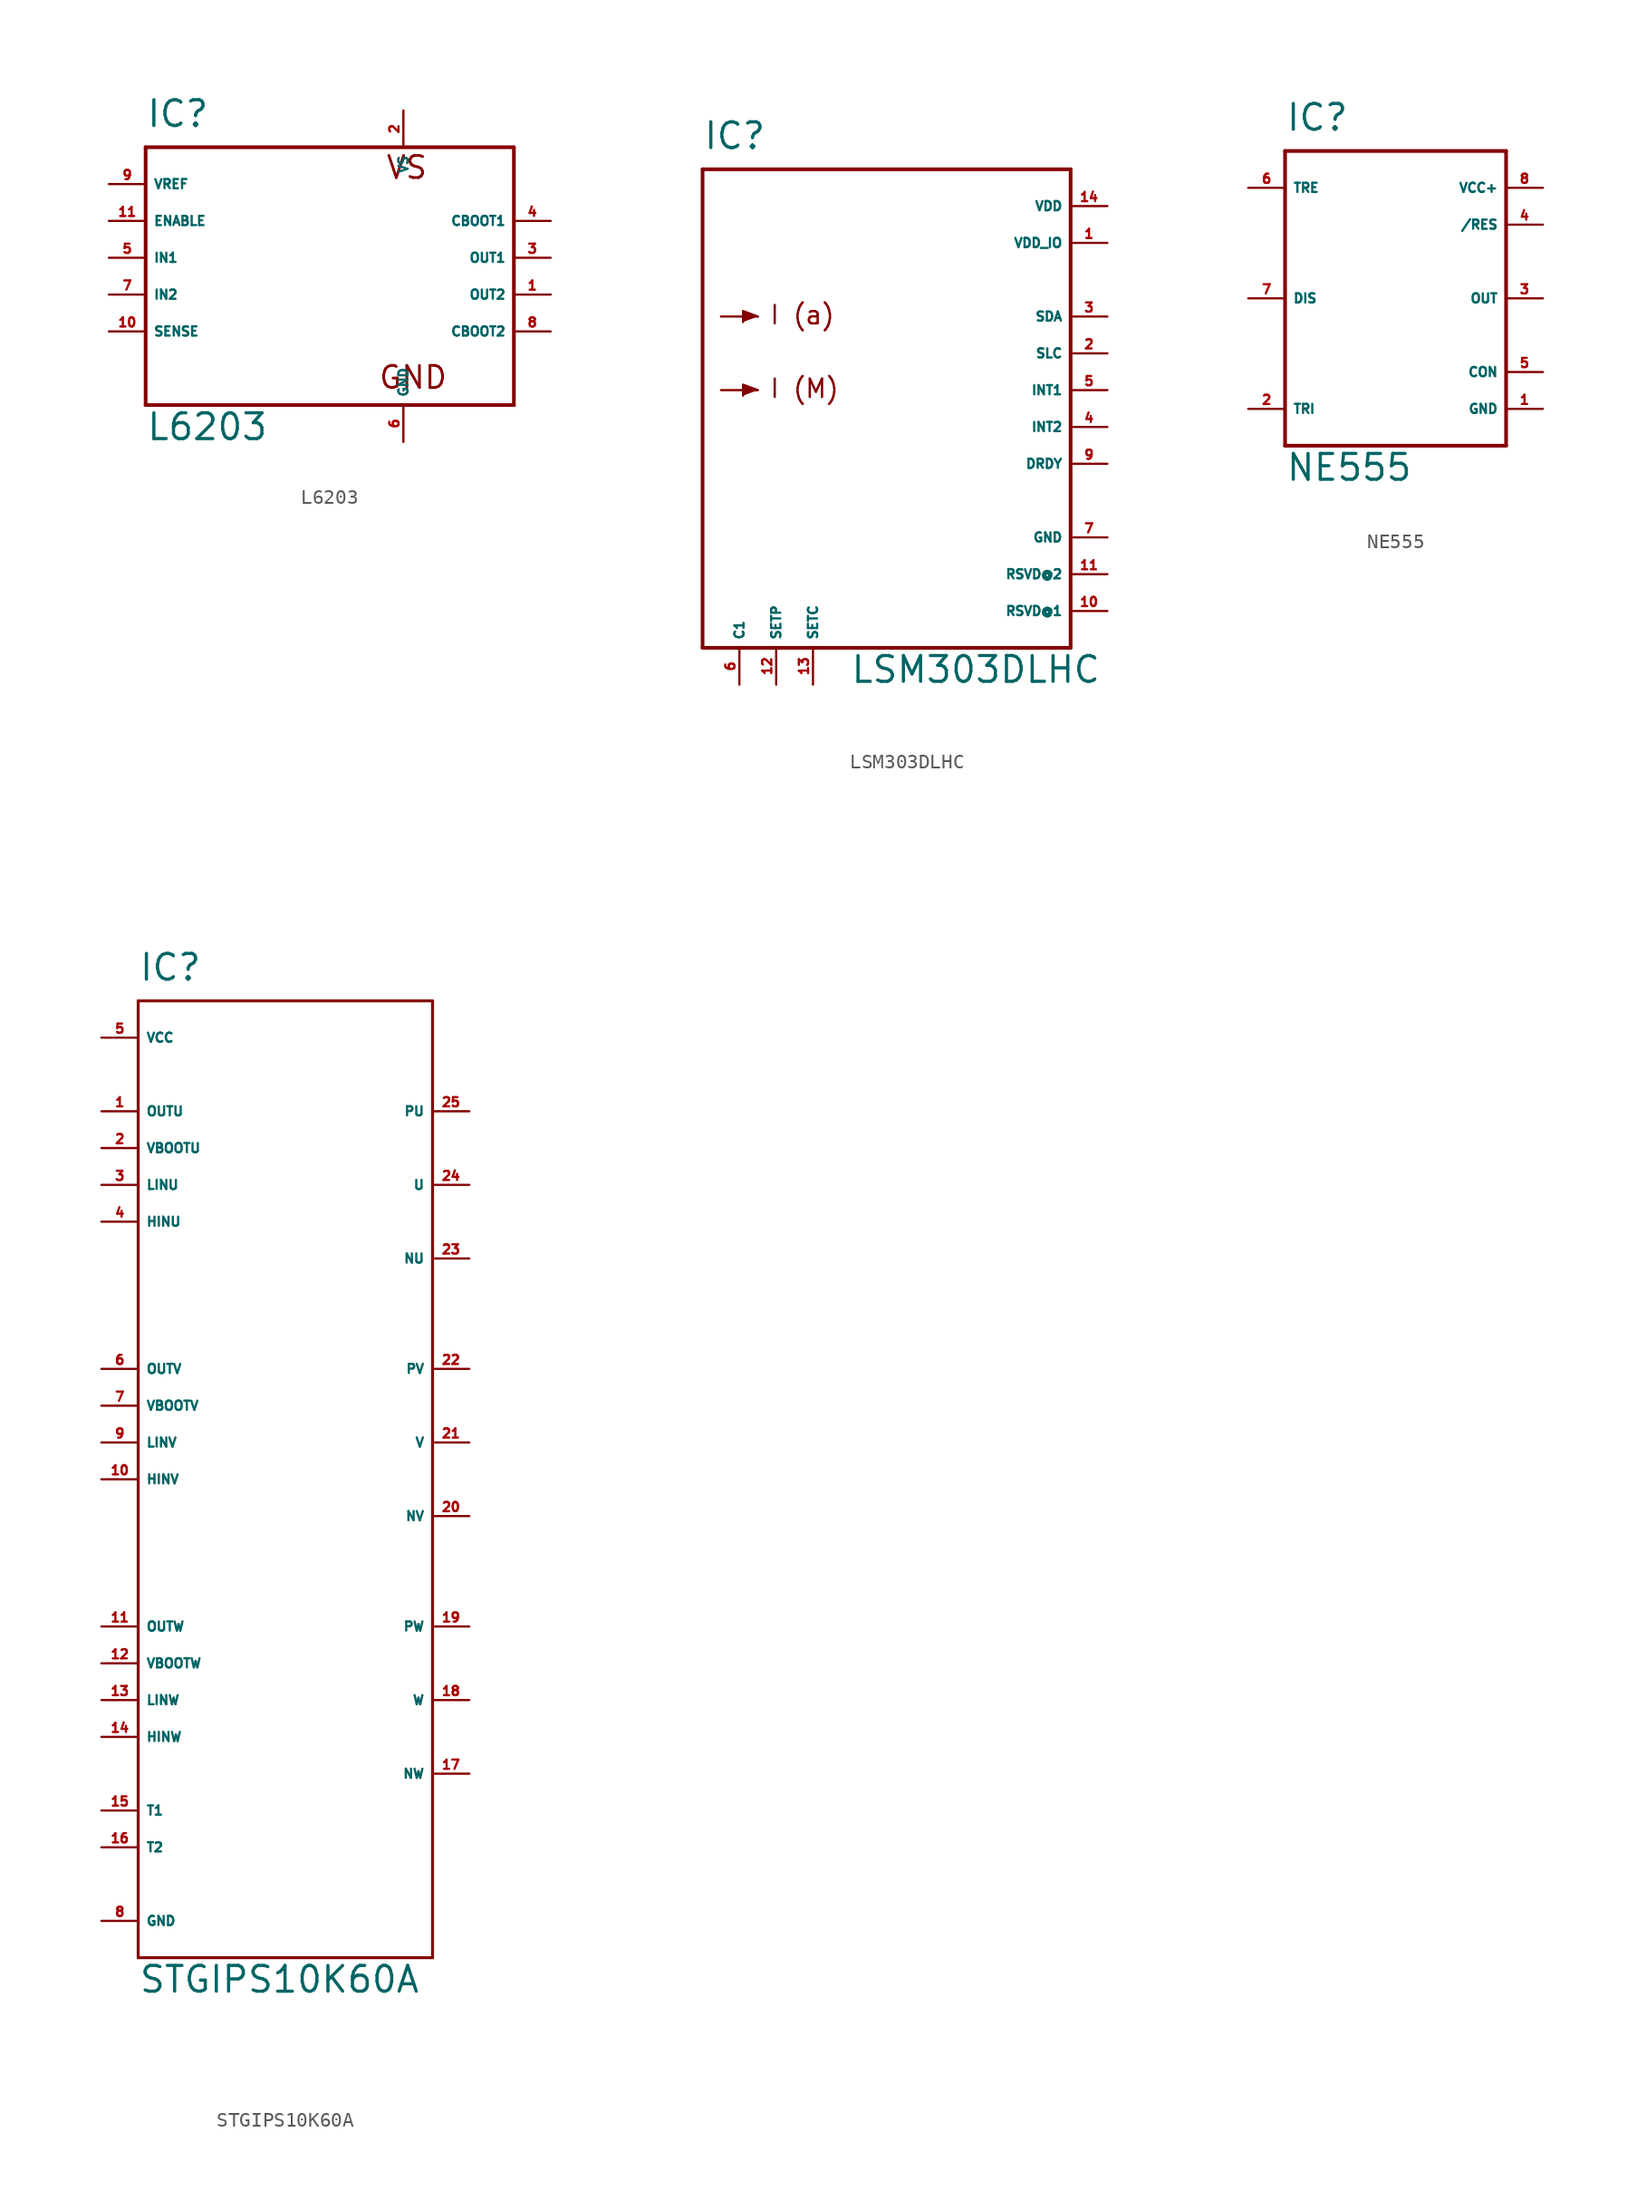
<source format=kicad_sym>
(kicad_symbol_lib
  (version 20220914)
  (generator Eagle2Kicad)
  (symbol "L6203"
    (property "Reference" "IC"
      (at -12.7 8.89 0)
      (effects (font (size 1.778 1.778) (thickness 0.22)) (justify left bottom)))
    (property "Value" "L6203"
      (at -12.7 -12.7 0)
      (effects (font (size 1.778 1.778) (thickness 0.22)) (justify left bottom)))
    (polyline
      (pts (xy -12.7 7.62) (xy 12.7 7.62))
      (stroke (width 0.254) (type default))
      (fill (type none)))
    (polyline
      (pts (xy 12.7 7.62) (xy 12.7 -10.16))
      (stroke (width 0.254) (type default))
      (fill (type none)))
    (polyline
      (pts (xy 12.7 -10.16) (xy -12.7 -10.16))
      (stroke (width 0.254) (type default))
      (fill (type none)))
    (polyline
      (pts (xy -12.7 -10.16) (xy -12.7 7.62))
      (stroke (width 0.254) (type default))
      (fill (type none)))
    (text "VS"
      (at 3.81 5.334 0)
      (effects (font (size 1.524 1.524) (thickness 0.19)) (justify left bottom)))
    (text "GND"
      (at 3.302 -9.144 0)
      (effects (font (size 1.524 1.524) (thickness 0.19)) (justify left bottom)))
    (pin input line
      (at 15.24 -5.08 180)
      (length 2.54)
      (name "CBOOT2" (effects (font (size 0.635 0.635) (thickness 0.08)) (justify left bottom)))
      (number "8" (effects (font (size 0.635 0.635) (thickness 0.08)) (justify left bottom))))
    (pin output line
      (at 15.24 -2.54 180)
      (length 2.54)
      (name "OUT2" (effects (font (size 0.635 0.635) (thickness 0.08)) (justify left bottom)))
      (number "1" (effects (font (size 0.635 0.635) (thickness 0.08)) (justify left bottom))))
    (pin input line
      (at -15.24 5.08 0)
      (length 2.54)
      (name "VREF" (effects (font (size 0.635 0.635) (thickness 0.08)) (justify left bottom)))
      (number "9" (effects (font (size 0.635 0.635) (thickness 0.08)) (justify left bottom))))
    (pin unspecified line
      (at 5.08 10.16 270)
      (length 2.54)
      (name "VS" (effects (font (size 0.635 0.635) (thickness 0.08)) (justify left bottom)))
      (number "2" (effects (font (size 0.635 0.635) (thickness 0.08)) (justify left bottom))))
    (pin unspecified line
      (at 5.08 -12.7 90)
      (length 2.54)
      (name "GND" (effects (font (size 0.635 0.635) (thickness 0.08)) (justify left bottom)))
      (number "6" (effects (font (size 0.635 0.635) (thickness 0.08)) (justify left bottom))))
    (pin input line
      (at -15.24 -2.54 0)
      (length 2.54)
      (name "IN2" (effects (font (size 0.635 0.635) (thickness 0.08)) (justify left bottom)))
      (number "7" (effects (font (size 0.635 0.635) (thickness 0.08)) (justify left bottom))))
    (pin input line
      (at -15.24 2.54 0)
      (length 2.54)
      (name "ENABLE" (effects (font (size 0.635 0.635) (thickness 0.08)) (justify left bottom)))
      (number "11" (effects (font (size 0.635 0.635) (thickness 0.08)) (justify left bottom))))
    (pin input line
      (at -15.24 0 0)
      (length 2.54)
      (name "IN1" (effects (font (size 0.635 0.635) (thickness 0.08)) (justify left bottom)))
      (number "5" (effects (font (size 0.635 0.635) (thickness 0.08)) (justify left bottom))))
    (pin output line
      (at 15.24 0 180)
      (length 2.54)
      (name "OUT1" (effects (font (size 0.635 0.635) (thickness 0.08)) (justify left bottom)))
      (number "3" (effects (font (size 0.635 0.635) (thickness 0.08)) (justify left bottom))))
    (pin input line
      (at 15.24 2.54 180)
      (length 2.54)
      (name "CBOOT1" (effects (font (size 0.635 0.635) (thickness 0.08)) (justify left bottom)))
      (number "4" (effects (font (size 0.635 0.635) (thickness 0.08)) (justify left bottom))))
    (pin input line
      (at -15.24 -5.08 0)
      (length 2.54)
      (name "SENSE" (effects (font (size 0.635 0.635) (thickness 0.08)) (justify left bottom)))
      (number "10" (effects (font (size 0.635 0.635) (thickness 0.08)) (justify left bottom)))))
  (symbol "LSM303DLHC"
    (property "Reference" "IC"
      (at -15.24 16.51 0)
      (effects (font (size 1.778 1.778) (thickness 0.22)) (justify left bottom)))
    (property "Value" "LSM303DLHC"
      (at -5.08 -20.32 0)
      (effects (font (size 1.778 1.778) (thickness 0.22)) (justify left bottom)))
    (polyline
      (pts (xy -11.43 5.08) (xy -12.446 5.461) (xy -12.446 4.699))
      (stroke (width 0.152) (type default))
      (fill (type outline)))
    (polyline
      (pts (xy -11.43 0) (xy -12.446 0.381) (xy -12.446 -0.381))
      (stroke (width 0.152) (type default))
      (fill (type outline)))
    (polyline
      (pts (xy -15.24 15.24) (xy -15.24 -17.78))
      (stroke (width 0.254) (type default))
      (fill (type none)))
    (polyline
      (pts (xy -15.24 -17.78) (xy 10.16 -17.78))
      (stroke (width 0.254) (type default))
      (fill (type none)))
    (polyline
      (pts (xy 10.16 -17.78) (xy 10.16 15.24))
      (stroke (width 0.254) (type default))
      (fill (type none)))
    (polyline
      (pts (xy 10.16 15.24) (xy -15.24 15.24))
      (stroke (width 0.254) (type default))
      (fill (type none)))
    (polyline
      (pts (xy -13.97 5.08) (xy -11.43 5.08))
      (stroke (width 0.152) (type default))
      (fill (type none)))
    (polyline
      (pts (xy -13.97 0) (xy -11.43 0))
      (stroke (width 0.152) (type default))
      (fill (type none)))
    (text "I (a)"
      (at -10.668 4.445 0)
      (effects (font (size 1.27 1.27) (thickness 0.16)) (justify left bottom)))
    (text "I (M)"
      (at -10.668 -0.635 0)
      (effects (font (size 1.27 1.27) (thickness 0.16)) (justify left bottom)))
    (pin bidirectional line
      (at 12.7 5.08 180)
      (length 2.54)
      (name "SDA" (effects (font (size 0.635 0.635) (thickness 0.08)) (justify left bottom)))
      (number "3" (effects (font (size 0.635 0.635) (thickness 0.08)) (justify left bottom))))
    (pin bidirectional line
      (at 12.7 2.54 180)
      (length 2.54)
      (name "SLC" (effects (font (size 0.635 0.635) (thickness 0.08)) (justify left bottom)))
      (number "2" (effects (font (size 0.635 0.635) (thickness 0.08)) (justify left bottom))))
    (pin bidirectional line
      (at 12.7 0 180)
      (length 2.54)
      (name "INT1" (effects (font (size 0.635 0.635) (thickness 0.08)) (justify left bottom)))
      (number "5" (effects (font (size 0.635 0.635) (thickness 0.08)) (justify left bottom))))
    (pin bidirectional line
      (at 12.7 -2.54 180)
      (length 2.54)
      (name "INT2" (effects (font (size 0.635 0.635) (thickness 0.08)) (justify left bottom)))
      (number "4" (effects (font (size 0.635 0.635) (thickness 0.08)) (justify left bottom))))
    (pin unspecified line
      (at 12.7 -10.16 180)
      (length 2.54)
      (name "GND" (effects (font (size 0.635 0.635) (thickness 0.08)) (justify left bottom)))
      (number "7" (effects (font (size 0.635 0.635) (thickness 0.08)) (justify left bottom))))
    (pin unspecified line
      (at 12.7 10.16 180)
      (length 2.54)
      (name "VDD_IO" (effects (font (size 0.635 0.635) (thickness 0.08)) (justify left bottom)))
      (number "1" (effects (font (size 0.635 0.635) (thickness 0.08)) (justify left bottom))))
    (pin unspecified line
      (at 12.7 12.7 180)
      (length 2.54)
      (name "VDD" (effects (font (size 0.635 0.635) (thickness 0.08)) (justify left bottom)))
      (number "14" (effects (font (size 0.635 0.635) (thickness 0.08)) (justify left bottom))))
    (pin passive line
      (at -12.7 -20.32 90)
      (length 2.54)
      (name "C1" (effects (font (size 0.635 0.635) (thickness 0.08)) (justify left bottom)))
      (number "6" (effects (font (size 0.635 0.635) (thickness 0.08)) (justify left bottom))))
    (pin passive line
      (at 12.7 -15.24 180)
      (length 2.54)
      (name "RSVD@1" (effects (font (size 0.635 0.635) (thickness 0.08)) (justify left bottom)))
      (number "10" (effects (font (size 0.635 0.635) (thickness 0.08)) (justify left bottom))))
    (pin passive line
      (at 12.7 -12.7 180)
      (length 2.54)
      (name "RSVD@2" (effects (font (size 0.635 0.635) (thickness 0.08)) (justify left bottom)))
      (number "11" (effects (font (size 0.635 0.635) (thickness 0.08)) (justify left bottom))))
    (pin bidirectional line
      (at 12.7 -5.08 180)
      (length 2.54)
      (name "DRDY" (effects (font (size 0.635 0.635) (thickness 0.08)) (justify left bottom)))
      (number "9" (effects (font (size 0.635 0.635) (thickness 0.08)) (justify left bottom))))
    (pin passive line
      (at -10.16 -20.32 90)
      (length 2.54)
      (name "SETP" (effects (font (size 0.635 0.635) (thickness 0.08)) (justify left bottom)))
      (number "12" (effects (font (size 0.635 0.635) (thickness 0.08)) (justify left bottom))))
    (pin passive line
      (at -7.62 -20.32 90)
      (length 2.54)
      (name "SETC" (effects (font (size 0.635 0.635) (thickness 0.08)) (justify left bottom)))
      (number "13" (effects (font (size 0.635 0.635) (thickness 0.08)) (justify left bottom)))))
  (symbol "NE555"
    (property "Reference" "IC"
      (at -7.62 11.43 0)
      (effects (font (size 1.778 1.778) (thickness 0.22)) (justify left bottom)))
    (property "Value" "NE555"
      (at -7.62 -12.7 0)
      (effects (font (size 1.778 1.778) (thickness 0.22)) (justify left bottom)))
    (polyline
      (pts (xy -7.62 10.16) (xy -7.62 -10.16))
      (stroke (width 0.254) (type default))
      (fill (type none)))
    (polyline
      (pts (xy -7.62 -10.16) (xy 7.62 -10.16))
      (stroke (width 0.254) (type default))
      (fill (type none)))
    (polyline
      (pts (xy 7.62 -10.16) (xy 7.62 10.16))
      (stroke (width 0.254) (type default))
      (fill (type none)))
    (polyline
      (pts (xy 7.62 10.16) (xy -7.62 10.16))
      (stroke (width 0.254) (type default))
      (fill (type none)))
    (pin input line
      (at -10.16 7.62 0)
      (length 2.54)
      (name "TRE" (effects (font (size 0.635 0.635) (thickness 0.08)) (justify left bottom)))
      (number "6" (effects (font (size 0.635 0.635) (thickness 0.08)) (justify left bottom))))
    (pin output line
      (at 10.16 0 180)
      (length 2.54)
      (name "OUT" (effects (font (size 0.635 0.635) (thickness 0.08)) (justify left bottom)))
      (number "3" (effects (font (size 0.635 0.635) (thickness 0.08)) (justify left bottom))))
    (pin input line
      (at -10.16 0 0)
      (length 2.54)
      (name "DIS" (effects (font (size 0.635 0.635) (thickness 0.08)) (justify left bottom)))
      (number "7" (effects (font (size 0.635 0.635) (thickness 0.08)) (justify left bottom))))
    (pin input line
      (at -10.16 -7.62 0)
      (length 2.54)
      (name "TRI" (effects (font (size 0.635 0.635) (thickness 0.08)) (justify left bottom)))
      (number "2" (effects (font (size 0.635 0.635) (thickness 0.08)) (justify left bottom))))
    (pin unspecified line
      (at 10.16 7.62 180)
      (length 2.54)
      (name "VCC+" (effects (font (size 0.635 0.635) (thickness 0.08)) (justify left bottom)))
      (number "8" (effects (font (size 0.635 0.635) (thickness 0.08)) (justify left bottom))))
    (pin unspecified line
      (at 10.16 -7.62 180)
      (length 2.54)
      (name "GND" (effects (font (size 0.635 0.635) (thickness 0.08)) (justify left bottom)))
      (number "1" (effects (font (size 0.635 0.635) (thickness 0.08)) (justify left bottom))))
    (pin input line
      (at 10.16 -5.08 180)
      (length 2.54)
      (name "CON" (effects (font (size 0.635 0.635) (thickness 0.08)) (justify left bottom)))
      (number "5" (effects (font (size 0.635 0.635) (thickness 0.08)) (justify left bottom))))
    (pin input line
      (at 10.16 5.08 180)
      (length 2.54)
      (name "/RES" (effects (font (size 0.635 0.635) (thickness 0.08)) (justify left bottom)))
      (number "4" (effects (font (size 0.635 0.635) (thickness 0.08)) (justify left bottom)))))
  (symbol "STGIPS10K60A"
    (property "Reference" "IC"
      (at -10.16 34.29 0)
      (effects (font (size 1.778 1.778) (thickness 0.22)) (justify left bottom)))
    (property "Value" "STGIPS10K60A"
      (at -10.16 -35.56 0)
      (effects (font (size 1.778 1.778) (thickness 0.22)) (justify left bottom)))
    (polyline
      (pts (xy -10.16 33.02) (xy 10.16 33.02))
      (stroke (width 0.203) (type default))
      (fill (type none)))
    (polyline
      (pts (xy 10.16 33.02) (xy 10.16 -33.02))
      (stroke (width 0.203) (type default))
      (fill (type none)))
    (polyline
      (pts (xy 10.16 -33.02) (xy -10.16 -33.02))
      (stroke (width 0.203) (type default))
      (fill (type none)))
    (polyline
      (pts (xy -10.16 -33.02) (xy -10.16 33.02))
      (stroke (width 0.203) (type default))
      (fill (type none)))
    (pin output line
      (at -12.7 25.4 0)
      (length 2.54)
      (name "OUTU" (effects (font (size 0.635 0.635) (thickness 0.08)) (justify left bottom)))
      (number "1" (effects (font (size 0.635 0.635) (thickness 0.08)) (justify left bottom))))
    (pin output line
      (at -12.7 22.86 0)
      (length 2.54)
      (name "VBOOTU" (effects (font (size 0.635 0.635) (thickness 0.08)) (justify left bottom)))
      (number "2" (effects (font (size 0.635 0.635) (thickness 0.08)) (justify left bottom))))
    (pin input line
      (at -12.7 20.32 0)
      (length 2.54)
      (name "LINU" (effects (font (size 0.635 0.635) (thickness 0.08)) (justify left bottom)))
      (number "3" (effects (font (size 0.635 0.635) (thickness 0.08)) (justify left bottom))))
    (pin input line
      (at -12.7 17.78 0)
      (length 2.54)
      (name "HINU" (effects (font (size 0.635 0.635) (thickness 0.08)) (justify left bottom)))
      (number "4" (effects (font (size 0.635 0.635) (thickness 0.08)) (justify left bottom))))
    (pin input line
      (at -12.7 2.54 0)
      (length 2.54)
      (name "LINV" (effects (font (size 0.635 0.635) (thickness 0.08)) (justify left bottom)))
      (number "9" (effects (font (size 0.635 0.635) (thickness 0.08)) (justify left bottom))))
    (pin input line
      (at -12.7 0 0)
      (length 2.54)
      (name "HINV" (effects (font (size 0.635 0.635) (thickness 0.08)) (justify left bottom)))
      (number "10" (effects (font (size 0.635 0.635) (thickness 0.08)) (justify left bottom))))
    (pin input line
      (at -12.7 -15.24 0)
      (length 2.54)
      (name "LINW" (effects (font (size 0.635 0.635) (thickness 0.08)) (justify left bottom)))
      (number "13" (effects (font (size 0.635 0.635) (thickness 0.08)) (justify left bottom))))
    (pin input line
      (at -12.7 -17.78 0)
      (length 2.54)
      (name "HINW" (effects (font (size 0.635 0.635) (thickness 0.08)) (justify left bottom)))
      (number "14" (effects (font (size 0.635 0.635) (thickness 0.08)) (justify left bottom))))
    (pin output line
      (at -12.7 7.62 0)
      (length 2.54)
      (name "OUTV" (effects (font (size 0.635 0.635) (thickness 0.08)) (justify left bottom)))
      (number "6" (effects (font (size 0.635 0.635) (thickness 0.08)) (justify left bottom))))
    (pin output line
      (at -12.7 5.08 0)
      (length 2.54)
      (name "VBOOTV" (effects (font (size 0.635 0.635) (thickness 0.08)) (justify left bottom)))
      (number "7" (effects (font (size 0.635 0.635) (thickness 0.08)) (justify left bottom))))
    (pin output line
      (at -12.7 -10.16 0)
      (length 2.54)
      (name "OUTW" (effects (font (size 0.635 0.635) (thickness 0.08)) (justify left bottom)))
      (number "11" (effects (font (size 0.635 0.635) (thickness 0.08)) (justify left bottom))))
    (pin output line
      (at -12.7 -12.7 0)
      (length 2.54)
      (name "VBOOTW" (effects (font (size 0.635 0.635) (thickness 0.08)) (justify left bottom)))
      (number "12" (effects (font (size 0.635 0.635) (thickness 0.08)) (justify left bottom))))
    (pin unspecified line
      (at -12.7 30.48 0)
      (length 2.54)
      (name "VCC" (effects (font (size 0.635 0.635) (thickness 0.08)) (justify left bottom)))
      (number "5" (effects (font (size 0.635 0.635) (thickness 0.08)) (justify left bottom))))
    (pin unspecified line
      (at -12.7 -30.48 0)
      (length 2.54)
      (name "GND" (effects (font (size 0.635 0.635) (thickness 0.08)) (justify left bottom)))
      (number "8" (effects (font (size 0.635 0.635) (thickness 0.08)) (justify left bottom))))
    (pin passive line
      (at -12.7 -22.86 0)
      (length 2.54)
      (name "T1" (effects (font (size 0.635 0.635) (thickness 0.08)) (justify left bottom)))
      (number "15" (effects (font (size 0.635 0.635) (thickness 0.08)) (justify left bottom))))
    (pin passive line
      (at -12.7 -25.4 0)
      (length 2.54)
      (name "T2" (effects (font (size 0.635 0.635) (thickness 0.08)) (justify left bottom)))
      (number "16" (effects (font (size 0.635 0.635) (thickness 0.08)) (justify left bottom))))
    (pin unspecified line
      (at 12.7 25.4 180)
      (length 2.54)
      (name "PU" (effects (font (size 0.635 0.635) (thickness 0.08)) (justify left bottom)))
      (number "25" (effects (font (size 0.635 0.635) (thickness 0.08)) (justify left bottom))))
    (pin unspecified line
      (at 12.7 7.62 180)
      (length 2.54)
      (name "PV" (effects (font (size 0.635 0.635) (thickness 0.08)) (justify left bottom)))
      (number "22" (effects (font (size 0.635 0.635) (thickness 0.08)) (justify left bottom))))
    (pin unspecified line
      (at 12.7 -10.16 180)
      (length 2.54)
      (name "PW" (effects (font (size 0.635 0.635) (thickness 0.08)) (justify left bottom)))
      (number "19" (effects (font (size 0.635 0.635) (thickness 0.08)) (justify left bottom))))
    (pin output line
      (at 12.7 20.32 180)
      (length 2.54)
      (name "U" (effects (font (size 0.635 0.635) (thickness 0.08)) (justify left bottom)))
      (number "24" (effects (font (size 0.635 0.635) (thickness 0.08)) (justify left bottom))))
    (pin output line
      (at 12.7 2.54 180)
      (length 2.54)
      (name "V" (effects (font (size 0.635 0.635) (thickness 0.08)) (justify left bottom)))
      (number "21" (effects (font (size 0.635 0.635) (thickness 0.08)) (justify left bottom))))
    (pin output line
      (at 12.7 -15.24 180)
      (length 2.54)
      (name "W" (effects (font (size 0.635 0.635) (thickness 0.08)) (justify left bottom)))
      (number "18" (effects (font (size 0.635 0.635) (thickness 0.08)) (justify left bottom))))
    (pin output line
      (at 12.7 15.24 180)
      (length 2.54)
      (name "NU" (effects (font (size 0.635 0.635) (thickness 0.08)) (justify left bottom)))
      (number "23" (effects (font (size 0.635 0.635) (thickness 0.08)) (justify left bottom))))
    (pin output line
      (at 12.7 -2.54 180)
      (length 2.54)
      (name "NV" (effects (font (size 0.635 0.635) (thickness 0.08)) (justify left bottom)))
      (number "20" (effects (font (size 0.635 0.635) (thickness 0.08)) (justify left bottom))))
    (pin output line
      (at 12.7 -20.32 180)
      (length 2.54)
      (name "NW" (effects (font (size 0.635 0.635) (thickness 0.08)) (justify left bottom)))
      (number "17" (effects (font (size 0.635 0.635) (thickness 0.08)) (justify left bottom))))))
</source>
